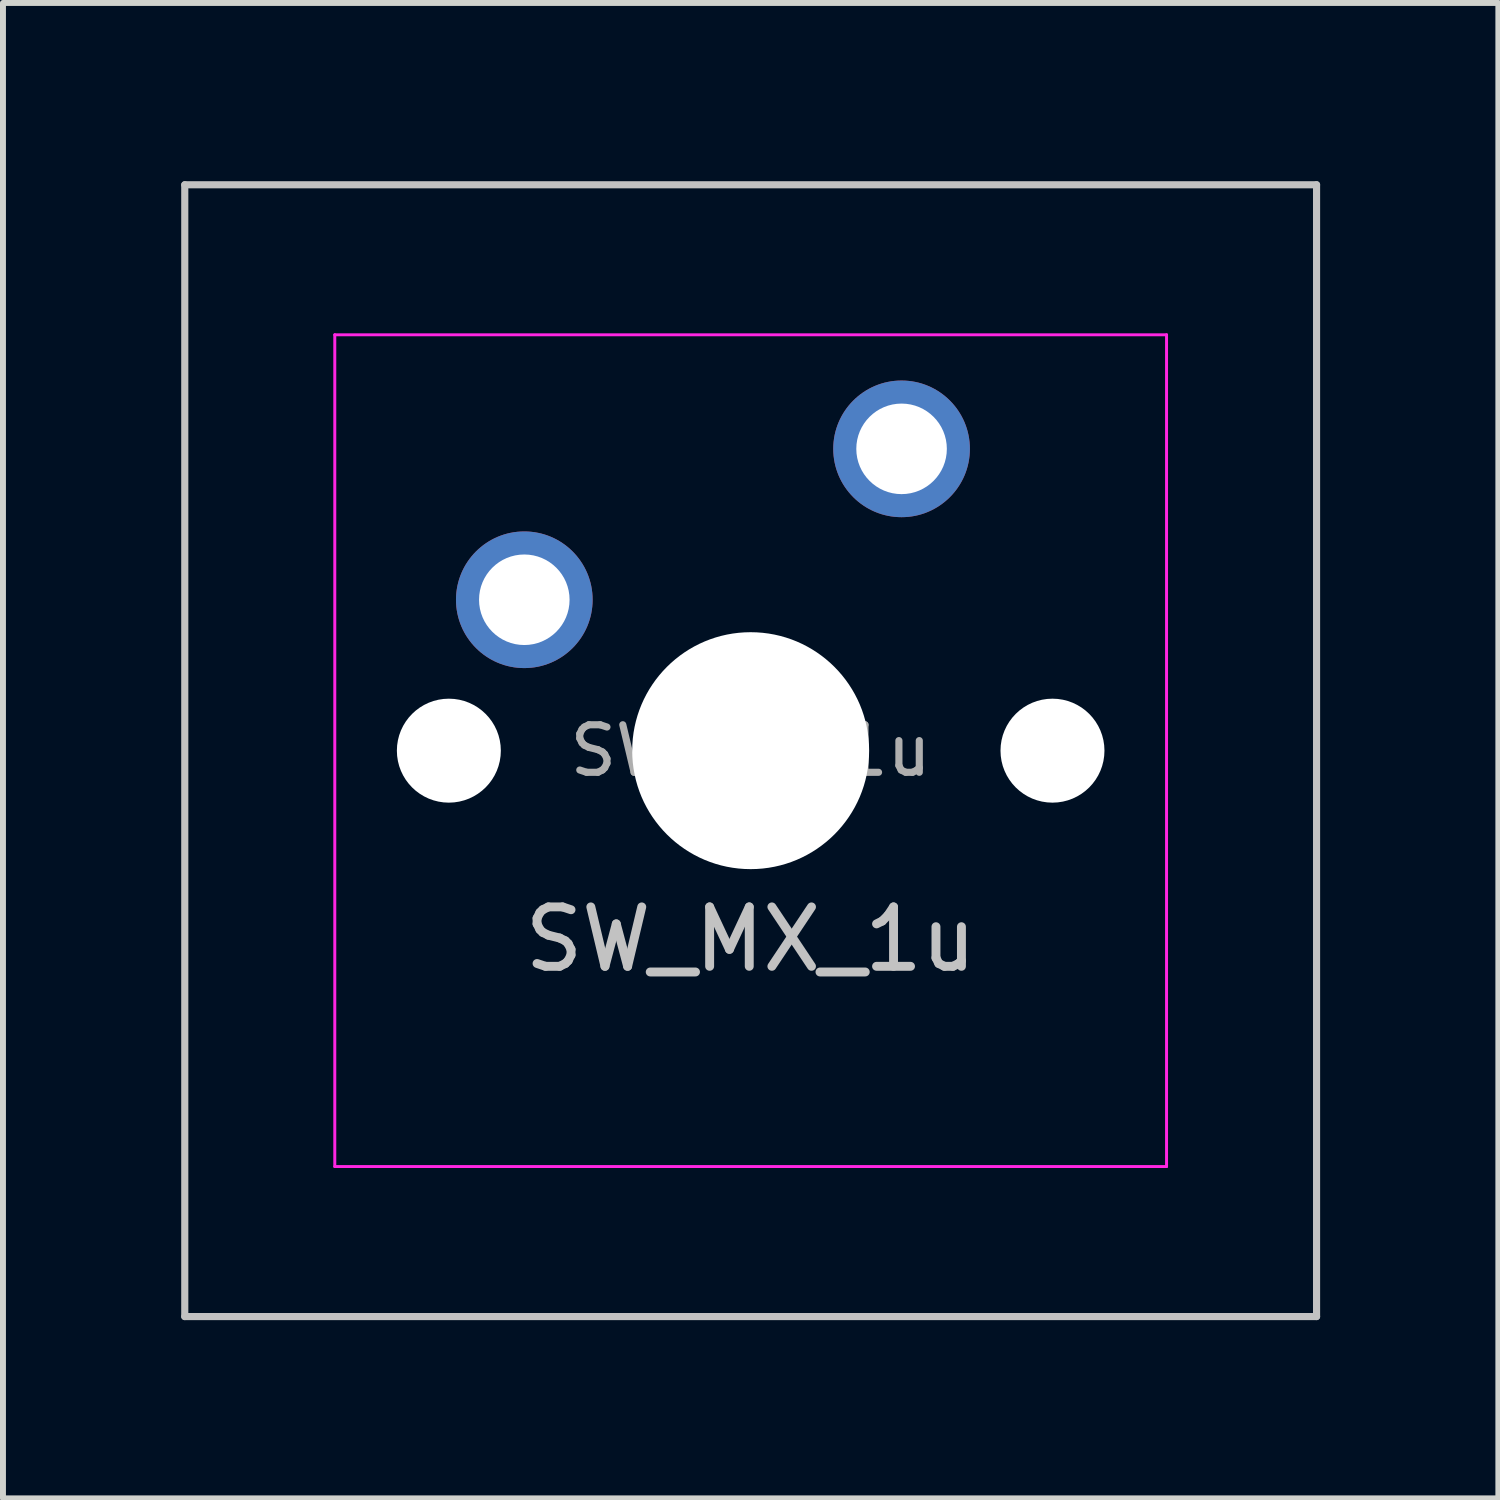
<source format=kicad_pcb>
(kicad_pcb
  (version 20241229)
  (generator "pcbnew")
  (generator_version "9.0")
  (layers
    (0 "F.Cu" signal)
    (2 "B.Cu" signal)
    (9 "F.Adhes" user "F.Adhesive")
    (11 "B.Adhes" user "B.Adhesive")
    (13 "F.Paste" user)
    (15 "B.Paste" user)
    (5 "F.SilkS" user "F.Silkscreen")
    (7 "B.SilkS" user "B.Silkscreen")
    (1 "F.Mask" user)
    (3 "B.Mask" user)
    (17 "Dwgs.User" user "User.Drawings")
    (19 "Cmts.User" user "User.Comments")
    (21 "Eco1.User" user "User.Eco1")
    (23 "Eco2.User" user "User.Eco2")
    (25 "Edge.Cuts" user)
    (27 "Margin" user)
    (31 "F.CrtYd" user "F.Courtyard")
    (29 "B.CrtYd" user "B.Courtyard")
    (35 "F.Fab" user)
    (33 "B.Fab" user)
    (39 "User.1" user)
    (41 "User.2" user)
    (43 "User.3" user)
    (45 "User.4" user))
  (footprint "SW_MX_1u"
    (layer "F.Cu")
    (at 9.585 9.585)
    (property "Reference" "SW_MX_1u" (at 0 3.175 0) (layer "Dwgs.User") (effects (font (size 1 1) (thickness 0.15))))
    (attr through_hole exclude_from_pos_files exclude_from_bom)
    (fp_line (start -9.525 -9.525) (end -9.525 9.525) (stroke (width 0.12) (type solid)) (layer "Dwgs.User"))
    (fp_line (start -9.525 9.525) (end 9.525 9.525) (stroke (width 0.12) (type solid)) (layer "Dwgs.User"))
    (fp_line (start 9.525 -9.525) (end -9.525 -9.525) (stroke (width 0.12) (type solid)) (layer "Dwgs.User"))
    (fp_line (start 9.525 9.525) (end 9.525 -9.525) (stroke (width 0.12) (type solid)) (layer "Dwgs.User"))
    (fp_line (start -7 6.5) (end -7 -6.5) (stroke (width 0.05) (type solid)) (layer "Eco2.User"))
    (fp_line (start -6.5 -7) (end 6.5 -7) (stroke (width 0.05) (type solid)) (layer "Eco2.User"))
    (fp_line (start 6.5 7) (end -6.5 7) (stroke (width 0.05) (type solid)) (layer "Eco2.User"))
    (fp_line (start 7 -6.5) (end 7 6.5) (stroke (width 0.05) (type solid)) (layer "Eco2.User"))
    (fp_arc (start -7 -6.5) (mid -6.853553 -6.853553) (end -6.5 -7) (stroke (width 0.05) (type solid)) (layer "Eco2.User"))
    (fp_arc (start -6.5 7) (mid -6.853553 6.853553) (end -7 6.5) (stroke (width 0.05) (type solid)) (layer "Eco2.User"))
    (fp_arc (start 6.5 -7) (mid 6.853553 -6.853553) (end 7 -6.5) (stroke (width 0.05) (type solid)) (layer "Eco2.User"))
    (fp_arc (start 6.997236 6.498884) (mid 6.850789 6.852437) (end 6.497236 6.998884) (stroke (width 0.05) (type solid)) (layer "Eco2.User"))
    (fp_line (start -7 -7) (end -7 7) (stroke (width 0.05) (type solid)) (layer "F.CrtYd"))
    (fp_line (start -7 7) (end 7 7) (stroke (width 0.05) (type solid)) (layer "F.CrtYd"))
    (fp_line (start 7 -7) (end -7 -7) (stroke (width 0.05) (type solid)) (layer "F.CrtYd"))
    (fp_line (start 7 7) (end 7 -7) (stroke (width 0.05) (type solid)) (layer "F.CrtYd"))
    (fp_text user "${REFERENCE}" (at 0 0 0) (layer "F.Fab") (effects (font (size 0.8 0.8) (thickness 0.12))))
    (pad "" np_thru_hole circle (at -5.08 0) (size 1.75 1.75) (drill 1.75) (layers "*.Cu" "*.Mask"))
    (pad "" np_thru_hole circle (at 0 0) (size 3.988 3.988) (drill 3.988) (layers "*.Cu" "*.Mask"))
    (pad "" np_thru_hole circle (at 5.08 0) (size 1.75 1.75) (drill 1.75) (layers "*.Cu" "*.Mask"))
    (pad "1" thru_hole circle (at -3.81 -2.54) (size 2.3 2.3) (drill 1.524) (layers "*.Cu" "B.Mask"))
    (pad "2" thru_hole circle (at 2.54 -5.08) (size 2.3 2.3) (drill 1.524) (layers "*.Cu" "B.Mask")))
  (gr_rect
    (start -3 -3)
    (end 22.17 22.17)
    (stroke (width 0.1) (type default))
    (fill no)
    (layer "Edge.Cuts")))
</source>
